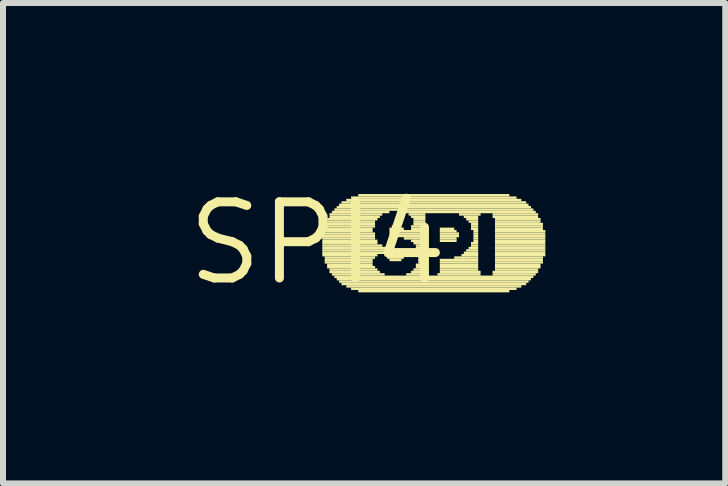
<source format=kicad_pcb>
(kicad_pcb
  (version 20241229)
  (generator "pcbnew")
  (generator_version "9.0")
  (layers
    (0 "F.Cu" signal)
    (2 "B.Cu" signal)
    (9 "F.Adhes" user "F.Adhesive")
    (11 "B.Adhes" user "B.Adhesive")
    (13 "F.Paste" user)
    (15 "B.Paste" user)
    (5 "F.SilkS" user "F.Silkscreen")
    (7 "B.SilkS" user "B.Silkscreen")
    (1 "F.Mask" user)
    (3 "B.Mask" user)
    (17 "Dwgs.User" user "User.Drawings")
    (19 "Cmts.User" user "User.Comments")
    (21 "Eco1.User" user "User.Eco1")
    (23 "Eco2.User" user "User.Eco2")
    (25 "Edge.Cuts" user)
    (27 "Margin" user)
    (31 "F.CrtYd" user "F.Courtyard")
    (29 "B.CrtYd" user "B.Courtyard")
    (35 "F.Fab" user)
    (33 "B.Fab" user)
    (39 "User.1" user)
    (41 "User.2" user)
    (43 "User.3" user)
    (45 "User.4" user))
  (footprint "SPI4"
    (layer "F.Cu")
    (at 2.245 1.006)
    (property "Reference" "SPI4" (at 0 0 0) (layer "F.SilkS") (effects (font (size 1.27 1.27) (thickness 0.15))))
    (attr through_hole)
    (fp_poly (pts (xy 0.08 -0.18) (xy 0.92 -0.18) (xy 0.92 -0.22) (xy 0.08 -0.22)) (stroke (width 0) (type solid)) (fill yes) (layer "F.SilkS"))
    (fp_poly (pts (xy 0.08 -0.14) (xy 0.96 -0.14) (xy 0.96 -0.18) (xy 0.08 -0.18)) (stroke (width 0) (type solid)) (fill yes) (layer "F.SilkS"))
    (fp_poly (pts (xy 0.08 -0.1) (xy 0.96 -0.1) (xy 0.96 -0.14) (xy 0.08 -0.14)) (stroke (width 0) (type solid)) (fill yes) (layer "F.SilkS"))
    (fp_poly (pts (xy 0.08 -0.06) (xy 0.96 -0.06) (xy 0.96 -0.1) (xy 0.08 -0.1)) (stroke (width 0) (type solid)) (fill yes) (layer "F.SilkS"))
    (fp_poly (pts (xy 0.08 -0.02) (xy 1 -0.02) (xy 1 -0.06) (xy 0.08 -0.06)) (stroke (width 0) (type solid)) (fill yes) (layer "F.SilkS"))
    (fp_poly (pts (xy 0.08 0.02) (xy 1 0.02) (xy 1 -0.02) (xy 0.08 -0.02)) (stroke (width 0) (type solid)) (fill yes) (layer "F.SilkS"))
    (fp_poly (pts (xy 0.08 0.06) (xy 1.08 0.06) (xy 1.08 0.02) (xy 0.08 0.02)) (stroke (width 0) (type solid)) (fill yes) (layer "F.SilkS"))
    (fp_poly (pts (xy 0.08 0.1) (xy 1.16 0.1) (xy 1.16 0.06) (xy 0.08 0.06)) (stroke (width 0) (type solid)) (fill yes) (layer "F.SilkS"))
    (fp_poly (pts (xy 0.08 0.14) (xy 1.32 0.14) (xy 1.32 0.1) (xy 0.08 0.1)) (stroke (width 0) (type solid)) (fill yes) (layer "F.SilkS"))
    (fp_poly (pts (xy 0.08 0.18) (xy 1.4 0.18) (xy 1.4 0.14) (xy 0.08 0.14)) (stroke (width 0) (type solid)) (fill yes) (layer "F.SilkS"))
    (fp_poly (pts (xy 0.08 0.22) (xy 1 0.22) (xy 1 0.18) (xy 0.08 0.18)) (stroke (width 0) (type solid)) (fill yes) (layer "F.SilkS"))
    (fp_poly (pts (xy 0.12 -0.3) (xy 0.96 -0.3) (xy 0.96 -0.34) (xy 0.12 -0.34)) (stroke (width 0) (type solid)) (fill yes) (layer "F.SilkS"))
    (fp_poly (pts (xy 0.12 -0.26) (xy 0.96 -0.26) (xy 0.96 -0.3) (xy 0.12 -0.3)) (stroke (width 0) (type solid)) (fill yes) (layer "F.SilkS"))
    (fp_poly (pts (xy 0.12 -0.22) (xy 0.92 -0.22) (xy 0.92 -0.26) (xy 0.12 -0.26)) (stroke (width 0) (type solid)) (fill yes) (layer "F.SilkS"))
    (fp_poly (pts (xy 0.12 0.26) (xy 0.96 0.26) (xy 0.96 0.22) (xy 0.12 0.22)) (stroke (width 0) (type solid)) (fill yes) (layer "F.SilkS"))
    (fp_poly (pts (xy 0.12 0.3) (xy 0.92 0.3) (xy 0.92 0.26) (xy 0.12 0.26)) (stroke (width 0) (type solid)) (fill yes) (layer "F.SilkS"))
    (fp_poly (pts (xy 0.12 0.34) (xy 0.92 0.34) (xy 0.92 0.3) (xy 0.12 0.3)) (stroke (width 0) (type solid)) (fill yes) (layer "F.SilkS"))
    (fp_poly (pts (xy 0.16 -0.38) (xy 1 -0.38) (xy 1 -0.42) (xy 0.16 -0.42)) (stroke (width 0) (type solid)) (fill yes) (layer "F.SilkS"))
    (fp_poly (pts (xy 0.16 -0.34) (xy 0.96 -0.34) (xy 0.96 -0.38) (xy 0.16 -0.38)) (stroke (width 0) (type solid)) (fill yes) (layer "F.SilkS"))
    (fp_poly (pts (xy 0.16 0.38) (xy 0.92 0.38) (xy 0.92 0.34) (xy 0.16 0.34)) (stroke (width 0) (type solid)) (fill yes) (layer "F.SilkS"))
    (fp_poly (pts (xy 0.16 0.42) (xy 0.96 0.42) (xy 0.96 0.38) (xy 0.16 0.38)) (stroke (width 0) (type solid)) (fill yes) (layer "F.SilkS"))
    (fp_poly (pts (xy 0.2 -0.46) (xy 1.08 -0.46) (xy 1.08 -0.5) (xy 0.2 -0.5)) (stroke (width 0) (type solid)) (fill yes) (layer "F.SilkS"))
    (fp_poly (pts (xy 0.2 -0.42) (xy 1.04 -0.42) (xy 1.04 -0.46) (xy 0.2 -0.46)) (stroke (width 0) (type solid)) (fill yes) (layer "F.SilkS"))
    (fp_poly (pts (xy 0.2 0.46) (xy 1 0.46) (xy 1 0.42) (xy 0.2 0.42)) (stroke (width 0) (type solid)) (fill yes) (layer "F.SilkS"))
    (fp_poly (pts (xy 0.2 0.5) (xy 1.04 0.5) (xy 1.04 0.46) (xy 0.2 0.46)) (stroke (width 0) (type solid)) (fill yes) (layer "F.SilkS"))
    (fp_poly (pts (xy 0.24 -0.5) (xy 1.2 -0.5) (xy 1.2 -0.54) (xy 0.24 -0.54)) (stroke (width 0) (type solid)) (fill yes) (layer "F.SilkS"))
    (fp_poly (pts (xy 0.24 0.54) (xy 1.12 0.54) (xy 1.12 0.5) (xy 0.24 0.5)) (stroke (width 0) (type solid)) (fill yes) (layer "F.SilkS"))
    (fp_poly (pts (xy 0.28 -0.54) (xy 3.6 -0.54) (xy 3.6 -0.58) (xy 0.28 -0.58)) (stroke (width 0) (type solid)) (fill yes) (layer "F.SilkS"))
    (fp_poly (pts (xy 0.28 0.58) (xy 3.6 0.58) (xy 3.6 0.54) (xy 0.28 0.54)) (stroke (width 0) (type solid)) (fill yes) (layer "F.SilkS"))
    (fp_poly (pts (xy 0.32 -0.58) (xy 3.56 -0.58) (xy 3.56 -0.62) (xy 0.32 -0.62)) (stroke (width 0) (type solid)) (fill yes) (layer "F.SilkS"))
    (fp_poly (pts (xy 0.32 0.62) (xy 3.56 0.62) (xy 3.56 0.58) (xy 0.32 0.58)) (stroke (width 0) (type solid)) (fill yes) (layer "F.SilkS"))
    (fp_poly (pts (xy 0.36 -0.62) (xy 3.52 -0.62) (xy 3.52 -0.66) (xy 0.36 -0.66)) (stroke (width 0) (type solid)) (fill yes) (layer "F.SilkS"))
    (fp_poly (pts (xy 0.36 0.66) (xy 3.52 0.66) (xy 3.52 0.62) (xy 0.36 0.62)) (stroke (width 0) (type solid)) (fill yes) (layer "F.SilkS"))
    (fp_poly (pts (xy 0.4 -0.66) (xy 3.48 -0.66) (xy 3.48 -0.7) (xy 0.4 -0.7)) (stroke (width 0) (type solid)) (fill yes) (layer "F.SilkS"))
    (fp_poly (pts (xy 0.4 0.7) (xy 3.48 0.7) (xy 3.48 0.66) (xy 0.4 0.66)) (stroke (width 0) (type solid)) (fill yes) (layer "F.SilkS"))
    (fp_poly (pts (xy 0.48 -0.7) (xy 3.4 -0.7) (xy 3.4 -0.74) (xy 0.48 -0.74)) (stroke (width 0) (type solid)) (fill yes) (layer "F.SilkS"))
    (fp_poly (pts (xy 0.48 0.74) (xy 3.4 0.74) (xy 3.4 0.7) (xy 0.48 0.7)) (stroke (width 0) (type solid)) (fill yes) (layer "F.SilkS"))
    (fp_poly (pts (xy 0.56 -0.74) (xy 3.32 -0.74) (xy 3.32 -0.78) (xy 0.56 -0.78)) (stroke (width 0) (type solid)) (fill yes) (layer "F.SilkS"))
    (fp_poly (pts (xy 0.56 0.78) (xy 3.32 0.78) (xy 3.32 0.74) (xy 0.56 0.74)) (stroke (width 0) (type solid)) (fill yes) (layer "F.SilkS"))
    (fp_poly (pts (xy 0.68 -0.78) (xy 3.2 -0.78) (xy 3.2 -0.82) (xy 0.68 -0.82)) (stroke (width 0) (type solid)) (fill yes) (layer "F.SilkS"))
    (fp_poly (pts (xy 0.68 0.82) (xy 3.2 0.82) (xy 3.2 0.78) (xy 0.68 0.78)) (stroke (width 0) (type solid)) (fill yes) (layer "F.SilkS"))
    (fp_poly (pts (xy 1.12 0.22) (xy 1.44 0.22) (xy 1.44 0.18) (xy 1.12 0.18)) (stroke (width 0) (type solid)) (fill yes) (layer "F.SilkS"))
    (fp_poly (pts (xy 1.16 0.26) (xy 1.44 0.26) (xy 1.44 0.22) (xy 1.16 0.22)) (stroke (width 0) (type solid)) (fill yes) (layer "F.SilkS"))
    (fp_poly (pts (xy 1.2 -0.22) (xy 1.44 -0.22) (xy 1.44 -0.26) (xy 1.2 -0.26)) (stroke (width 0) (type solid)) (fill yes) (layer "F.SilkS"))
    (fp_poly (pts (xy 1.2 -0.18) (xy 1.8 -0.18) (xy 1.8 -0.22) (xy 1.2 -0.22)) (stroke (width 0) (type solid)) (fill yes) (layer "F.SilkS"))
    (fp_poly (pts (xy 1.2 -0.14) (xy 1.8 -0.14) (xy 1.8 -0.18) (xy 1.2 -0.18)) (stroke (width 0) (type solid)) (fill yes) (layer "F.SilkS"))
    (fp_poly (pts (xy 1.2 0.3) (xy 1.4 0.3) (xy 1.4 0.26) (xy 1.2 0.26)) (stroke (width 0) (type solid)) (fill yes) (layer "F.SilkS"))
    (fp_poly (pts (xy 1.24 -0.26) (xy 1.36 -0.26) (xy 1.36 -0.3) (xy 1.24 -0.3)) (stroke (width 0) (type solid)) (fill yes) (layer "F.SilkS"))
    (fp_poly (pts (xy 1.28 -0.1) (xy 1.8 -0.1) (xy 1.8 -0.14) (xy 1.28 -0.14)) (stroke (width 0) (type solid)) (fill yes) (layer "F.SilkS"))
    (fp_poly (pts (xy 1.4 -0.5) (xy 3.64 -0.5) (xy 3.64 -0.54) (xy 1.4 -0.54)) (stroke (width 0) (type solid)) (fill yes) (layer "F.SilkS"))
    (fp_poly (pts (xy 1.44 -0.06) (xy 1.8 -0.06) (xy 1.8 -0.1) (xy 1.44 -0.1)) (stroke (width 0) (type solid)) (fill yes) (layer "F.SilkS"))
    (fp_poly (pts (xy 1.48 0.54) (xy 1.84 0.54) (xy 1.84 0.5) (xy 1.48 0.5)) (stroke (width 0) (type solid)) (fill yes) (layer "F.SilkS"))
    (fp_poly (pts (xy 1.52 -0.46) (xy 1.8 -0.46) (xy 1.8 -0.5) (xy 1.52 -0.5)) (stroke (width 0) (type solid)) (fill yes) (layer "F.SilkS"))
    (fp_poly (pts (xy 1.56 -0.42) (xy 1.8 -0.42) (xy 1.8 -0.46) (xy 1.56 -0.46)) (stroke (width 0) (type solid)) (fill yes) (layer "F.SilkS"))
    (fp_poly (pts (xy 1.56 -0.26) (xy 1.8 -0.26) (xy 1.8 -0.3) (xy 1.56 -0.3)) (stroke (width 0) (type solid)) (fill yes) (layer "F.SilkS"))
    (fp_poly (pts (xy 1.56 -0.22) (xy 1.8 -0.22) (xy 1.8 -0.26) (xy 1.56 -0.26)) (stroke (width 0) (type solid)) (fill yes) (layer "F.SilkS"))
    (fp_poly (pts (xy 1.56 -0.02) (xy 1.8 -0.02) (xy 1.8 -0.06) (xy 1.56 -0.06)) (stroke (width 0) (type solid)) (fill yes) (layer "F.SilkS"))
    (fp_poly (pts (xy 1.56 0.5) (xy 1.8 0.5) (xy 1.8 0.46) (xy 1.56 0.46)) (stroke (width 0) (type solid)) (fill yes) (layer "F.SilkS"))
    (fp_poly (pts (xy 1.6 -0.38) (xy 1.8 -0.38) (xy 1.8 -0.42) (xy 1.6 -0.42)) (stroke (width 0) (type solid)) (fill yes) (layer "F.SilkS"))
    (fp_poly (pts (xy 1.6 -0.34) (xy 1.8 -0.34) (xy 1.8 -0.38) (xy 1.6 -0.38)) (stroke (width 0) (type solid)) (fill yes) (layer "F.SilkS"))
    (fp_poly (pts (xy 1.6 -0.3) (xy 1.8 -0.3) (xy 1.8 -0.34) (xy 1.6 -0.34)) (stroke (width 0) (type solid)) (fill yes) (layer "F.SilkS"))
    (fp_poly (pts (xy 1.6 0.02) (xy 1.8 0.02) (xy 1.8 -0.02) (xy 1.6 -0.02)) (stroke (width 0) (type solid)) (fill yes) (layer "F.SilkS"))
    (fp_poly (pts (xy 1.6 0.46) (xy 1.8 0.46) (xy 1.8 0.42) (xy 1.6 0.42)) (stroke (width 0) (type solid)) (fill yes) (layer "F.SilkS"))
    (fp_poly (pts (xy 1.64 0.06) (xy 1.8 0.06) (xy 1.8 0.02) (xy 1.64 0.02)) (stroke (width 0) (type solid)) (fill yes) (layer "F.SilkS"))
    (fp_poly (pts (xy 1.64 0.1) (xy 1.8 0.1) (xy 1.8 0.06) (xy 1.64 0.06)) (stroke (width 0) (type solid)) (fill yes) (layer "F.SilkS"))
    (fp_poly (pts (xy 1.64 0.38) (xy 1.8 0.38) (xy 1.8 0.34) (xy 1.64 0.34)) (stroke (width 0) (type solid)) (fill yes) (layer "F.SilkS"))
    (fp_poly (pts (xy 1.64 0.42) (xy 1.8 0.42) (xy 1.8 0.38) (xy 1.64 0.38)) (stroke (width 0) (type solid)) (fill yes) (layer "F.SilkS"))
    (fp_poly (pts (xy 1.68 0.14) (xy 1.8 0.14) (xy 1.8 0.1) (xy 1.68 0.1)) (stroke (width 0) (type solid)) (fill yes) (layer "F.SilkS"))
    (fp_poly (pts (xy 1.68 0.18) (xy 1.8 0.18) (xy 1.8 0.14) (xy 1.68 0.14)) (stroke (width 0) (type solid)) (fill yes) (layer "F.SilkS"))
    (fp_poly (pts (xy 1.68 0.22) (xy 1.8 0.22) (xy 1.8 0.18) (xy 1.68 0.18)) (stroke (width 0) (type solid)) (fill yes) (layer "F.SilkS"))
    (fp_poly (pts (xy 1.68 0.26) (xy 1.8 0.26) (xy 1.8 0.22) (xy 1.68 0.22)) (stroke (width 0) (type solid)) (fill yes) (layer "F.SilkS"))
    (fp_poly (pts (xy 1.68 0.3) (xy 1.8 0.3) (xy 1.8 0.26) (xy 1.68 0.26)) (stroke (width 0) (type solid)) (fill yes) (layer "F.SilkS"))
    (fp_poly (pts (xy 1.68 0.34) (xy 1.8 0.34) (xy 1.8 0.3) (xy 1.68 0.3)) (stroke (width 0) (type solid)) (fill yes) (layer "F.SilkS"))
    (fp_poly (pts (xy 2 0.54) (xy 2.72 0.54) (xy 2.72 0.5) (xy 2 0.5)) (stroke (width 0) (type solid)) (fill yes) (layer "F.SilkS"))
    (fp_poly (pts (xy 2.04 -0.22) (xy 2.28 -0.22) (xy 2.28 -0.26) (xy 2.04 -0.26)) (stroke (width 0) (type solid)) (fill yes) (layer "F.SilkS"))
    (fp_poly (pts (xy 2.04 -0.18) (xy 2.32 -0.18) (xy 2.32 -0.22) (xy 2.04 -0.22)) (stroke (width 0) (type solid)) (fill yes) (layer "F.SilkS"))
    (fp_poly (pts (xy 2.04 -0.14) (xy 2.36 -0.14) (xy 2.36 -0.18) (xy 2.04 -0.18)) (stroke (width 0) (type solid)) (fill yes) (layer "F.SilkS"))
    (fp_poly (pts (xy 2.04 -0.1) (xy 2.36 -0.1) (xy 2.36 -0.14) (xy 2.04 -0.14)) (stroke (width 0) (type solid)) (fill yes) (layer "F.SilkS"))
    (fp_poly (pts (xy 2.04 -0.06) (xy 2.32 -0.06) (xy 2.32 -0.1) (xy 2.04 -0.1)) (stroke (width 0) (type solid)) (fill yes) (layer "F.SilkS"))
    (fp_poly (pts (xy 2.04 -0.02) (xy 2.32 -0.02) (xy 2.32 -0.06) (xy 2.04 -0.06)) (stroke (width 0) (type solid)) (fill yes) (layer "F.SilkS"))
    (fp_poly (pts (xy 2.04 0.3) (xy 2.68 0.3) (xy 2.68 0.26) (xy 2.04 0.26)) (stroke (width 0) (type solid)) (fill yes) (layer "F.SilkS"))
    (fp_poly (pts (xy 2.04 0.34) (xy 2.68 0.34) (xy 2.68 0.3) (xy 2.04 0.3)) (stroke (width 0) (type solid)) (fill yes) (layer "F.SilkS"))
    (fp_poly (pts (xy 2.04 0.38) (xy 2.68 0.38) (xy 2.68 0.34) (xy 2.04 0.34)) (stroke (width 0) (type solid)) (fill yes) (layer "F.SilkS"))
    (fp_poly (pts (xy 2.04 0.42) (xy 2.68 0.42) (xy 2.68 0.38) (xy 2.04 0.38)) (stroke (width 0) (type solid)) (fill yes) (layer "F.SilkS"))
    (fp_poly (pts (xy 2.04 0.46) (xy 2.68 0.46) (xy 2.68 0.42) (xy 2.04 0.42)) (stroke (width 0) (type solid)) (fill yes) (layer "F.SilkS"))
    (fp_poly (pts (xy 2.04 0.5) (xy 2.72 0.5) (xy 2.72 0.46) (xy 2.04 0.46)) (stroke (width 0) (type solid)) (fill yes) (layer "F.SilkS"))
    (fp_poly (pts (xy 2.28 0.26) (xy 2.68 0.26) (xy 2.68 0.22) (xy 2.28 0.22)) (stroke (width 0) (type solid)) (fill yes) (layer "F.SilkS"))
    (fp_poly (pts (xy 2.36 -0.46) (xy 2.72 -0.46) (xy 2.72 -0.5) (xy 2.36 -0.5)) (stroke (width 0) (type solid)) (fill yes) (layer "F.SilkS"))
    (fp_poly (pts (xy 2.4 0.22) (xy 2.68 0.22) (xy 2.68 0.18) (xy 2.4 0.18)) (stroke (width 0) (type solid)) (fill yes) (layer "F.SilkS"))
    (fp_poly (pts (xy 2.44 -0.42) (xy 2.68 -0.42) (xy 2.68 -0.46) (xy 2.44 -0.46)) (stroke (width 0) (type solid)) (fill yes) (layer "F.SilkS"))
    (fp_poly (pts (xy 2.44 0.18) (xy 2.68 0.18) (xy 2.68 0.14) (xy 2.44 0.14)) (stroke (width 0) (type solid)) (fill yes) (layer "F.SilkS"))
    (fp_poly (pts (xy 2.48 -0.38) (xy 2.68 -0.38) (xy 2.68 -0.42) (xy 2.48 -0.42)) (stroke (width 0) (type solid)) (fill yes) (layer "F.SilkS"))
    (fp_poly (pts (xy 2.48 0.14) (xy 2.68 0.14) (xy 2.68 0.1) (xy 2.48 0.1)) (stroke (width 0) (type solid)) (fill yes) (layer "F.SilkS"))
    (fp_poly (pts (xy 2.52 -0.34) (xy 2.68 -0.34) (xy 2.68 -0.38) (xy 2.52 -0.38)) (stroke (width 0) (type solid)) (fill yes) (layer "F.SilkS"))
    (fp_poly (pts (xy 2.52 0.1) (xy 2.68 0.1) (xy 2.68 0.06) (xy 2.52 0.06)) (stroke (width 0) (type solid)) (fill yes) (layer "F.SilkS"))
    (fp_poly (pts (xy 2.56 -0.3) (xy 2.68 -0.3) (xy 2.68 -0.34) (xy 2.56 -0.34)) (stroke (width 0) (type solid)) (fill yes) (layer "F.SilkS"))
    (fp_poly (pts (xy 2.56 -0.26) (xy 2.68 -0.26) (xy 2.68 -0.3) (xy 2.56 -0.3)) (stroke (width 0) (type solid)) (fill yes) (layer "F.SilkS"))
    (fp_poly (pts (xy 2.56 -0.22) (xy 2.68 -0.22) (xy 2.68 -0.26) (xy 2.56 -0.26)) (stroke (width 0) (type solid)) (fill yes) (layer "F.SilkS"))
    (fp_poly (pts (xy 2.56 0.02) (xy 2.68 0.02) (xy 2.68 -0.02) (xy 2.56 -0.02)) (stroke (width 0) (type solid)) (fill yes) (layer "F.SilkS"))
    (fp_poly (pts (xy 2.56 0.06) (xy 2.68 0.06) (xy 2.68 0.02) (xy 2.56 0.02)) (stroke (width 0) (type solid)) (fill yes) (layer "F.SilkS"))
    (fp_poly (pts (xy 2.6 -0.18) (xy 2.68 -0.18) (xy 2.68 -0.22) (xy 2.6 -0.22)) (stroke (width 0) (type solid)) (fill yes) (layer "F.SilkS"))
    (fp_poly (pts (xy 2.6 -0.14) (xy 2.68 -0.14) (xy 2.68 -0.18) (xy 2.6 -0.18)) (stroke (width 0) (type solid)) (fill yes) (layer "F.SilkS"))
    (fp_poly (pts (xy 2.6 -0.1) (xy 2.68 -0.1) (xy 2.68 -0.14) (xy 2.6 -0.14)) (stroke (width 0) (type solid)) (fill yes) (layer "F.SilkS"))
    (fp_poly (pts (xy 2.6 -0.06) (xy 2.68 -0.06) (xy 2.68 -0.1) (xy 2.6 -0.1)) (stroke (width 0) (type solid)) (fill yes) (layer "F.SilkS"))
    (fp_poly (pts (xy 2.6 -0.02) (xy 2.68 -0.02) (xy 2.68 -0.06) (xy 2.6 -0.06)) (stroke (width 0) (type solid)) (fill yes) (layer "F.SilkS"))
    (fp_poly (pts (xy 2.92 -0.46) (xy 3.68 -0.46) (xy 3.68 -0.5) (xy 2.92 -0.5)) (stroke (width 0) (type solid)) (fill yes) (layer "F.SilkS"))
    (fp_poly (pts (xy 2.92 -0.42) (xy 3.68 -0.42) (xy 3.68 -0.46) (xy 2.92 -0.46)) (stroke (width 0) (type solid)) (fill yes) (layer "F.SilkS"))
    (fp_poly (pts (xy 2.92 0.5) (xy 3.68 0.5) (xy 3.68 0.46) (xy 2.92 0.46)) (stroke (width 0) (type solid)) (fill yes) (layer "F.SilkS"))
    (fp_poly (pts (xy 2.92 0.54) (xy 3.64 0.54) (xy 3.64 0.5) (xy 2.92 0.5)) (stroke (width 0) (type solid)) (fill yes) (layer "F.SilkS"))
    (fp_poly (pts (xy 2.96 -0.38) (xy 3.72 -0.38) (xy 3.72 -0.42) (xy 2.96 -0.42)) (stroke (width 0) (type solid)) (fill yes) (layer "F.SilkS"))
    (fp_poly (pts (xy 2.96 -0.34) (xy 3.72 -0.34) (xy 3.72 -0.38) (xy 2.96 -0.38)) (stroke (width 0) (type solid)) (fill yes) (layer "F.SilkS"))
    (fp_poly (pts (xy 2.96 -0.3) (xy 3.76 -0.3) (xy 3.76 -0.34) (xy 2.96 -0.34)) (stroke (width 0) (type solid)) (fill yes) (layer "F.SilkS"))
    (fp_poly (pts (xy 2.96 -0.26) (xy 3.76 -0.26) (xy 3.76 -0.3) (xy 2.96 -0.3)) (stroke (width 0) (type solid)) (fill yes) (layer "F.SilkS"))
    (fp_poly (pts (xy 2.96 -0.22) (xy 3.76 -0.22) (xy 3.76 -0.26) (xy 2.96 -0.26)) (stroke (width 0) (type solid)) (fill yes) (layer "F.SilkS"))
    (fp_poly (pts (xy 2.96 -0.18) (xy 3.8 -0.18) (xy 3.8 -0.22) (xy 2.96 -0.22)) (stroke (width 0) (type solid)) (fill yes) (layer "F.SilkS"))
    (fp_poly (pts (xy 2.96 -0.14) (xy 3.8 -0.14) (xy 3.8 -0.18) (xy 2.96 -0.18)) (stroke (width 0) (type solid)) (fill yes) (layer "F.SilkS"))
    (fp_poly (pts (xy 2.96 -0.1) (xy 3.8 -0.1) (xy 3.8 -0.14) (xy 2.96 -0.14)) (stroke (width 0) (type solid)) (fill yes) (layer "F.SilkS"))
    (fp_poly (pts (xy 2.96 -0.06) (xy 3.8 -0.06) (xy 3.8 -0.1) (xy 2.96 -0.1)) (stroke (width 0) (type solid)) (fill yes) (layer "F.SilkS"))
    (fp_poly (pts (xy 2.96 -0.02) (xy 3.8 -0.02) (xy 3.8 -0.06) (xy 2.96 -0.06)) (stroke (width 0) (type solid)) (fill yes) (layer "F.SilkS"))
    (fp_poly (pts (xy 2.96 0.02) (xy 3.8 0.02) (xy 3.8 -0.02) (xy 2.96 -0.02)) (stroke (width 0) (type solid)) (fill yes) (layer "F.SilkS"))
    (fp_poly (pts (xy 2.96 0.06) (xy 3.8 0.06) (xy 3.8 0.02) (xy 2.96 0.02)) (stroke (width 0) (type solid)) (fill yes) (layer "F.SilkS"))
    (fp_poly (pts (xy 2.96 0.1) (xy 3.8 0.1) (xy 3.8 0.06) (xy 2.96 0.06)) (stroke (width 0) (type solid)) (fill yes) (layer "F.SilkS"))
    (fp_poly (pts (xy 2.96 0.14) (xy 3.8 0.14) (xy 3.8 0.1) (xy 2.96 0.1)) (stroke (width 0) (type solid)) (fill yes) (layer "F.SilkS"))
    (fp_poly (pts (xy 2.96 0.18) (xy 3.8 0.18) (xy 3.8 0.14) (xy 2.96 0.14)) (stroke (width 0) (type solid)) (fill yes) (layer "F.SilkS"))
    (fp_poly (pts (xy 2.96 0.22) (xy 3.8 0.22) (xy 3.8 0.18) (xy 2.96 0.18)) (stroke (width 0) (type solid)) (fill yes) (layer "F.SilkS"))
    (fp_poly (pts (xy 2.96 0.26) (xy 3.76 0.26) (xy 3.76 0.22) (xy 2.96 0.22)) (stroke (width 0) (type solid)) (fill yes) (layer "F.SilkS"))
    (fp_poly (pts (xy 2.96 0.3) (xy 3.76 0.3) (xy 3.76 0.26) (xy 2.96 0.26)) (stroke (width 0) (type solid)) (fill yes) (layer "F.SilkS"))
    (fp_poly (pts (xy 2.96 0.34) (xy 3.76 0.34) (xy 3.76 0.3) (xy 2.96 0.3)) (stroke (width 0) (type solid)) (fill yes) (layer "F.SilkS"))
    (fp_poly (pts (xy 2.96 0.38) (xy 3.72 0.38) (xy 3.72 0.34) (xy 2.96 0.34)) (stroke (width 0) (type solid)) (fill yes) (layer "F.SilkS"))
    (fp_poly (pts (xy 2.96 0.42) (xy 3.72 0.42) (xy 3.72 0.38) (xy 2.96 0.38)) (stroke (width 0) (type solid)) (fill yes) (layer "F.SilkS"))
    (fp_poly (pts (xy 2.96 0.46) (xy 3.68 0.46) (xy 3.68 0.42) (xy 2.96 0.42)) (stroke (width 0) (type solid)) (fill yes) (layer "F.SilkS")))
  (gr_rect
    (start -3 -3)
    (end 9.045 5.012)
    (stroke (width 0.1) (type default))
    (fill no)
    (layer "Edge.Cuts")))
</source>
